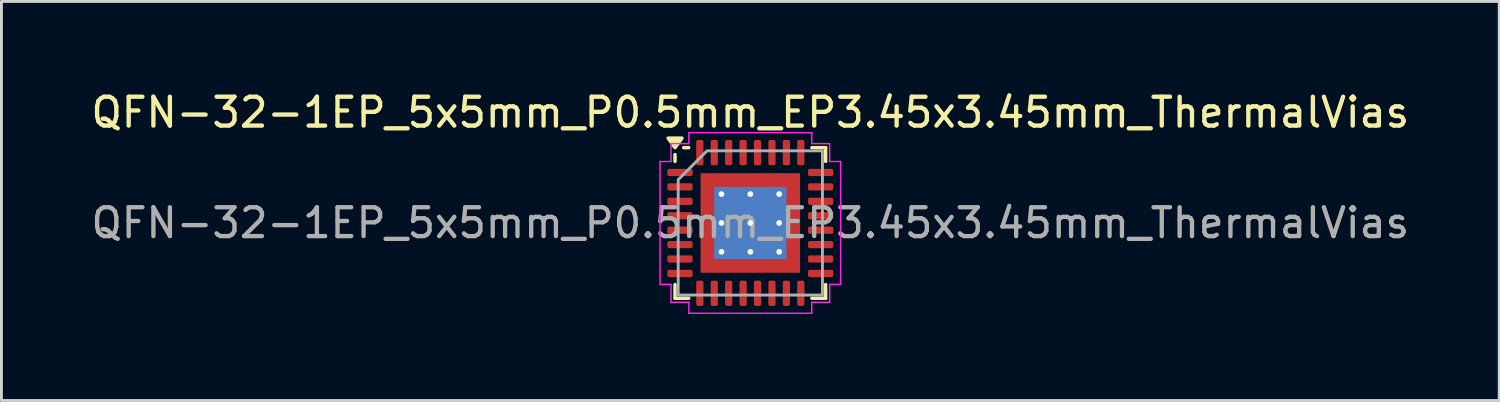
<source format=kicad_pcb>
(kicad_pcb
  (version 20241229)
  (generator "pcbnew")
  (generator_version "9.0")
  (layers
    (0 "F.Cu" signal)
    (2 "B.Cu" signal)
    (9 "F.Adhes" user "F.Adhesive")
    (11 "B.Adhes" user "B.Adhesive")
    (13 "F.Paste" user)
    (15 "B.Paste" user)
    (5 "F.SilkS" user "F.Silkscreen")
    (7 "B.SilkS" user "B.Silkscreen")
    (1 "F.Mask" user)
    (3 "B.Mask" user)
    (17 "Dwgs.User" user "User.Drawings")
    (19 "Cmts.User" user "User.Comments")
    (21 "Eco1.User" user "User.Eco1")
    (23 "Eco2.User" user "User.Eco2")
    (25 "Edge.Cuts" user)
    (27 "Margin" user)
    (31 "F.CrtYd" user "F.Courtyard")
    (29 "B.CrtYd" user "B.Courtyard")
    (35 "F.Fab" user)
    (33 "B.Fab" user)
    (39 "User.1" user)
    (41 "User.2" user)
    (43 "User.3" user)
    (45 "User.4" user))
  (footprint "QFN-32-1EP_5x5mm_P0.5mm_EP3.45x3.45mm_ThermalVias"
    (layer "F.Cu")
    (at 22.958 4.678)
    (property "Reference" "QFN-32-1EP_5x5mm_P0.5mm_EP3.45x3.45mm_ThermalVias" (at 0 -3.83 0) (layer "F.SilkS") (effects (font (size 1 1) (thickness 0.15))))
    (attr smd)
    (fp_line (start -2.61 -2.135) (end -2.61 -2.37) (stroke (width 0.12) (type solid)) (layer "F.SilkS"))
    (fp_line (start -2.61 2.61) (end -2.61 2.135) (stroke (width 0.12) (type solid)) (layer "F.SilkS"))
    (fp_line (start -2.135 -2.61) (end -2.31 -2.61) (stroke (width 0.12) (type solid)) (layer "F.SilkS"))
    (fp_line (start -2.135 2.61) (end -2.61 2.61) (stroke (width 0.12) (type solid)) (layer "F.SilkS"))
    (fp_line (start 2.135 -2.61) (end 2.61 -2.61) (stroke (width 0.12) (type solid)) (layer "F.SilkS"))
    (fp_line (start 2.135 2.61) (end 2.61 2.61) (stroke (width 0.12) (type solid)) (layer "F.SilkS"))
    (fp_line (start 2.61 -2.61) (end 2.61 -2.135) (stroke (width 0.12) (type solid)) (layer "F.SilkS"))
    (fp_line (start 2.61 2.61) (end 2.61 2.135) (stroke (width 0.12) (type solid)) (layer "F.SilkS"))
    (fp_poly (pts (xy -2.61 -2.61) (xy -2.85 -2.94) (xy -2.37 -2.94)) (stroke (width 0.12) (type solid)) (fill yes) (layer "F.SilkS"))
    (fp_line (start -3.13 -2.13) (end -2.75 -2.13) (stroke (width 0.05) (type solid)) (layer "F.CrtYd"))
    (fp_line (start -3.13 2.13) (end -3.13 -2.13) (stroke (width 0.05) (type solid)) (layer "F.CrtYd"))
    (fp_line (start -2.75 -2.75) (end -2.13 -2.75) (stroke (width 0.05) (type solid)) (layer "F.CrtYd"))
    (fp_line (start -2.75 -2.13) (end -2.75 -2.75) (stroke (width 0.05) (type solid)) (layer "F.CrtYd"))
    (fp_line (start -2.75 2.13) (end -3.13 2.13) (stroke (width 0.05) (type solid)) (layer "F.CrtYd"))
    (fp_line (start -2.75 2.75) (end -2.75 2.13) (stroke (width 0.05) (type solid)) (layer "F.CrtYd"))
    (fp_line (start -2.13 -3.13) (end 2.13 -3.13) (stroke (width 0.05) (type solid)) (layer "F.CrtYd"))
    (fp_line (start -2.13 -2.75) (end -2.13 -3.13) (stroke (width 0.05) (type solid)) (layer "F.CrtYd"))
    (fp_line (start -2.13 2.75) (end -2.75 2.75) (stroke (width 0.05) (type solid)) (layer "F.CrtYd"))
    (fp_line (start -2.13 3.13) (end -2.13 2.75) (stroke (width 0.05) (type solid)) (layer "F.CrtYd"))
    (fp_line (start 2.13 -3.13) (end 2.13 -2.75) (stroke (width 0.05) (type solid)) (layer "F.CrtYd"))
    (fp_line (start 2.13 -2.75) (end 2.75 -2.75) (stroke (width 0.05) (type solid)) (layer "F.CrtYd"))
    (fp_line (start 2.13 2.75) (end 2.13 3.13) (stroke (width 0.05) (type solid)) (layer "F.CrtYd"))
    (fp_line (start 2.13 3.13) (end -2.13 3.13) (stroke (width 0.05) (type solid)) (layer "F.CrtYd"))
    (fp_line (start 2.75 -2.75) (end 2.75 -2.13) (stroke (width 0.05) (type solid)) (layer "F.CrtYd"))
    (fp_line (start 2.75 -2.13) (end 3.13 -2.13) (stroke (width 0.05) (type solid)) (layer "F.CrtYd"))
    (fp_line (start 2.75 2.13) (end 2.75 2.75) (stroke (width 0.05) (type solid)) (layer "F.CrtYd"))
    (fp_line (start 2.75 2.75) (end 2.13 2.75) (stroke (width 0.05) (type solid)) (layer "F.CrtYd"))
    (fp_line (start 3.13 -2.13) (end 3.13 2.13) (stroke (width 0.05) (type solid)) (layer "F.CrtYd"))
    (fp_line (start 3.13 2.13) (end 2.75 2.13) (stroke (width 0.05) (type solid)) (layer "F.CrtYd"))
    (fp_poly (pts (xy -2.5 -1.5) (xy -2.5 2.5) (xy 2.5 2.5) (xy 2.5 -2.5) (xy -1.5 -2.5)) (stroke (width 0.1) (type solid)) (fill no) (layer "F.Fab"))
    (fp_text user "${REFERENCE}" (at 0 0 0) (layer "F.Fab") (effects (font (size 1 1) (thickness 0.15))))
    (pad "" smd roundrect (at -1.15 -1.15) (size 0.93 0.93) (layers "F.Paste") (roundrect_rratio 0.25))
    (pad "" smd roundrect (at -1.15 0) (size 0.93 0.93) (layers "F.Paste") (roundrect_rratio 0.25))
    (pad "" smd roundrect (at -1.15 1.15) (size 0.93 0.93) (layers "F.Paste") (roundrect_rratio 0.25))
    (pad "" smd roundrect (at 0 -1.15) (size 0.93 0.93) (layers "F.Paste") (roundrect_rratio 0.25))
    (pad "" smd roundrect (at 0 0) (size 0.93 0.93) (layers "F.Paste") (roundrect_rratio 0.25))
    (pad "" smd roundrect (at 0 1.15) (size 0.93 0.93) (layers "F.Paste") (roundrect_rratio 0.25))
    (pad "" smd roundrect (at 1.15 -1.15) (size 0.93 0.93) (layers "F.Paste") (roundrect_rratio 0.25))
    (pad "" smd roundrect (at 1.15 0) (size 0.93 0.93) (layers "F.Paste") (roundrect_rratio 0.25))
    (pad "" smd roundrect (at 1.15 1.15) (size 0.93 0.93) (layers "F.Paste") (roundrect_rratio 0.25))
    (pad "1" smd roundrect (at -2.438 -1.75) (size 0.875 0.25) (layers "F.Cu" "F.Mask" "F.Paste") (roundrect_rratio 0.25))
    (pad "2" smd roundrect (at -2.438 -1.25) (size 0.875 0.25) (layers "F.Cu" "F.Mask" "F.Paste") (roundrect_rratio 0.25))
    (pad "3" smd roundrect (at -2.438 -0.75) (size 0.875 0.25) (layers "F.Cu" "F.Mask" "F.Paste") (roundrect_rratio 0.25))
    (pad "4" smd roundrect (at -2.438 -0.25) (size 0.875 0.25) (layers "F.Cu" "F.Mask" "F.Paste") (roundrect_rratio 0.25))
    (pad "5" smd roundrect (at -2.438 0.25) (size 0.875 0.25) (layers "F.Cu" "F.Mask" "F.Paste") (roundrect_rratio 0.25))
    (pad "6" smd roundrect (at -2.438 0.75) (size 0.875 0.25) (layers "F.Cu" "F.Mask" "F.Paste") (roundrect_rratio 0.25))
    (pad "7" smd roundrect (at -2.438 1.25) (size 0.875 0.25) (layers "F.Cu" "F.Mask" "F.Paste") (roundrect_rratio 0.25))
    (pad "8" smd roundrect (at -2.438 1.75) (size 0.875 0.25) (layers "F.Cu" "F.Mask" "F.Paste") (roundrect_rratio 0.25))
    (pad "9" smd roundrect (at -1.75 2.438) (size 0.25 0.875) (layers "F.Cu" "F.Mask" "F.Paste") (roundrect_rratio 0.25))
    (pad "10" smd roundrect (at -1.25 2.438) (size 0.25 0.875) (layers "F.Cu" "F.Mask" "F.Paste") (roundrect_rratio 0.25))
    (pad "11" smd roundrect (at -0.75 2.438) (size 0.25 0.875) (layers "F.Cu" "F.Mask" "F.Paste") (roundrect_rratio 0.25))
    (pad "12" smd roundrect (at -0.25 2.438) (size 0.25 0.875) (layers "F.Cu" "F.Mask" "F.Paste") (roundrect_rratio 0.25))
    (pad "13" smd roundrect (at 0.25 2.438) (size 0.25 0.875) (layers "F.Cu" "F.Mask" "F.Paste") (roundrect_rratio 0.25))
    (pad "14" smd roundrect (at 0.75 2.438) (size 0.25 0.875) (layers "F.Cu" "F.Mask" "F.Paste") (roundrect_rratio 0.25))
    (pad "15" smd roundrect (at 1.25 2.438) (size 0.25 0.875) (layers "F.Cu" "F.Mask" "F.Paste") (roundrect_rratio 0.25))
    (pad "16" smd roundrect (at 1.75 2.438) (size 0.25 0.875) (layers "F.Cu" "F.Mask" "F.Paste") (roundrect_rratio 0.25))
    (pad "17" smd roundrect (at 2.438 1.75) (size 0.875 0.25) (layers "F.Cu" "F.Mask" "F.Paste") (roundrect_rratio 0.25))
    (pad "18" smd roundrect (at 2.438 1.25) (size 0.875 0.25) (layers "F.Cu" "F.Mask" "F.Paste") (roundrect_rratio 0.25))
    (pad "19" smd roundrect (at 2.438 0.75) (size 0.875 0.25) (layers "F.Cu" "F.Mask" "F.Paste") (roundrect_rratio 0.25))
    (pad "20" smd roundrect (at 2.438 0.25) (size 0.875 0.25) (layers "F.Cu" "F.Mask" "F.Paste") (roundrect_rratio 0.25))
    (pad "21" smd roundrect (at 2.438 -0.25) (size 0.875 0.25) (layers "F.Cu" "F.Mask" "F.Paste") (roundrect_rratio 0.25))
    (pad "22" smd roundrect (at 2.438 -0.75) (size 0.875 0.25) (layers "F.Cu" "F.Mask" "F.Paste") (roundrect_rratio 0.25))
    (pad "23" smd roundrect (at 2.438 -1.25) (size 0.875 0.25) (layers "F.Cu" "F.Mask" "F.Paste") (roundrect_rratio 0.25))
    (pad "24" smd roundrect (at 2.438 -1.75) (size 0.875 0.25) (layers "F.Cu" "F.Mask" "F.Paste") (roundrect_rratio 0.25))
    (pad "25" smd roundrect (at 1.75 -2.438) (size 0.25 0.875) (layers "F.Cu" "F.Mask" "F.Paste") (roundrect_rratio 0.25))
    (pad "26" smd roundrect (at 1.25 -2.438) (size 0.25 0.875) (layers "F.Cu" "F.Mask" "F.Paste") (roundrect_rratio 0.25))
    (pad "27" smd roundrect (at 0.75 -2.438) (size 0.25 0.875) (layers "F.Cu" "F.Mask" "F.Paste") (roundrect_rratio 0.25))
    (pad "28" smd roundrect (at 0.25 -2.438) (size 0.25 0.875) (layers "F.Cu" "F.Mask" "F.Paste") (roundrect_rratio 0.25))
    (pad "29" smd roundrect (at -0.25 -2.438) (size 0.25 0.875) (layers "F.Cu" "F.Mask" "F.Paste") (roundrect_rratio 0.25))
    (pad "30" smd roundrect (at -0.75 -2.438) (size 0.25 0.875) (layers "F.Cu" "F.Mask" "F.Paste") (roundrect_rratio 0.25))
    (pad "31" smd roundrect (at -1.25 -2.438) (size 0.25 0.875) (layers "F.Cu" "F.Mask" "F.Paste") (roundrect_rratio 0.25))
    (pad "32" smd roundrect (at -1.75 -2.438) (size 0.25 0.875) (layers "F.Cu" "F.Mask" "F.Paste") (roundrect_rratio 0.25))
    (pad "33" thru_hole circle (at -1 -1) (size 0.5 0.5) (drill 0.2) (property pad_prop_heatsink) (layers "*.Cu"))
    (pad "33" thru_hole circle (at -1 0) (size 0.5 0.5) (drill 0.2) (property pad_prop_heatsink) (layers "*.Cu"))
    (pad "33" thru_hole circle (at -1 1) (size 0.5 0.5) (drill 0.2) (property pad_prop_heatsink) (layers "*.Cu"))
    (pad "33" thru_hole circle (at 0 -1) (size 0.5 0.5) (drill 0.2) (property pad_prop_heatsink) (layers "*.Cu"))
    (pad "33" thru_hole circle (at 0 0) (size 0.5 0.5) (drill 0.2) (property pad_prop_heatsink) (layers "*.Cu"))
    (pad "33" smd rect (at 0 0) (size 2.5 2.5) (property pad_prop_heatsink) (layers "B.Cu"))
    (pad "33" smd rect (at 0 0) (size 3.45 3.45) (property pad_prop_heatsink) (layers "F.Cu" "F.Mask"))
    (pad "33" thru_hole circle (at 0 1) (size 0.5 0.5) (drill 0.2) (property pad_prop_heatsink) (layers "*.Cu"))
    (pad "33" thru_hole circle (at 1 -1) (size 0.5 0.5) (drill 0.2) (property pad_prop_heatsink) (layers "*.Cu"))
    (pad "33" thru_hole circle (at 1 0) (size 0.5 0.5) (drill 0.2) (property pad_prop_heatsink) (layers "*.Cu"))
    (pad "33" thru_hole circle (at 1 1) (size 0.5 0.5) (drill 0.2) (property pad_prop_heatsink) (layers "*.Cu")))
  (gr_rect
    (start -3 -3)
    (end 48.917 10.833)
    (stroke (width 0.1) (type default))
    (fill no)
    (layer "Edge.Cuts")))
</source>
